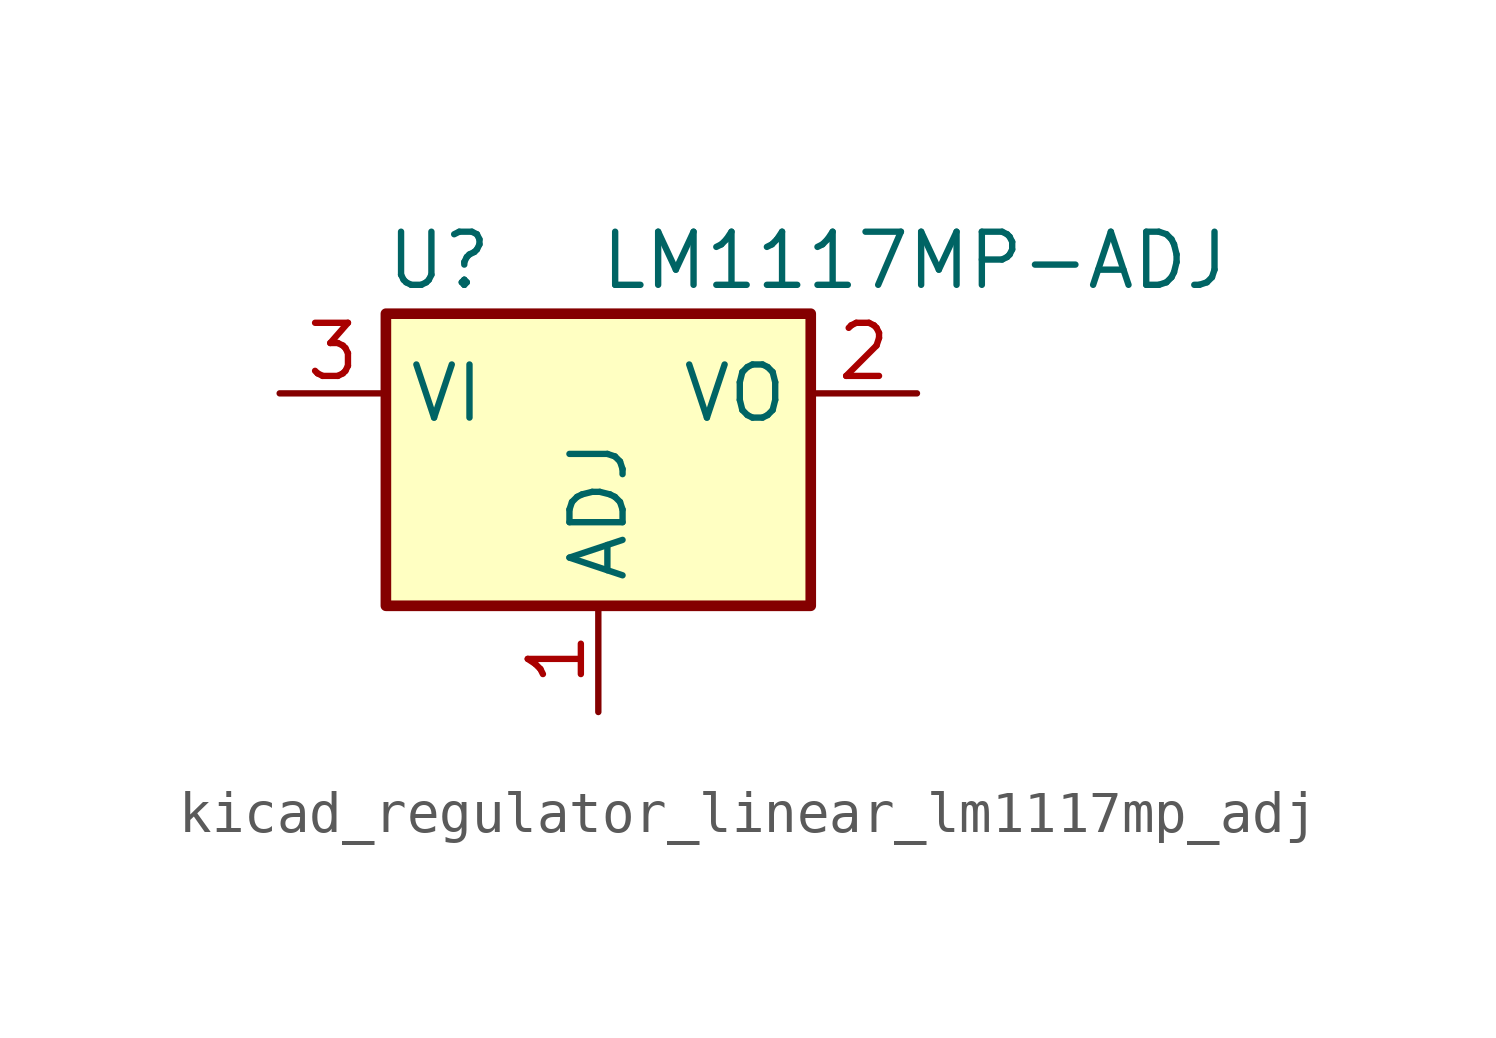
<source format=kicad_sym>
(kicad_symbol_lib
  (version 20220914)
  (generator kicad_symbol_editor)
  (symbol "kicad_regulator_linear_lm1117mp_adj"
    (property "Reference" "U"
      (at -3.81 3.175 0)
      (effects (font (size 1.27 1.27))))
    (property "Value" "LM1117MP-ADJ"
      (at 0 3.175 0)
      (effects (font (size 1.27 1.27)) (justify left)))
    (symbol "kicad_regulator_linear_lm1117mp_adj_0_1"
      (rectangle (start -5.08 -5.08) (end 5.08 1.905) (stroke (width 0.254) (type default)) (fill (type background))))
    (symbol "kicad_regulator_linear_lm1117mp_adj_1_1"
      (pin input line (at 0 -7.62 90) (length 2.54) (name "ADJ" (effects (font (size 1.27 1.27)))) (number "1" (effects (font (size 1.27 1.27)))))
      (pin power_out line (at 7.62 0 180) (length 2.54) (name "VO" (effects (font (size 1.27 1.27)))) (number "2" (effects (font (size 1.27 1.27)))))
      (pin power_in line (at -7.62 0 0) (length 2.54) (name "VI" (effects (font (size 1.27 1.27)))) (number "3" (effects (font (size 1.27 1.27))))))))
</source>
